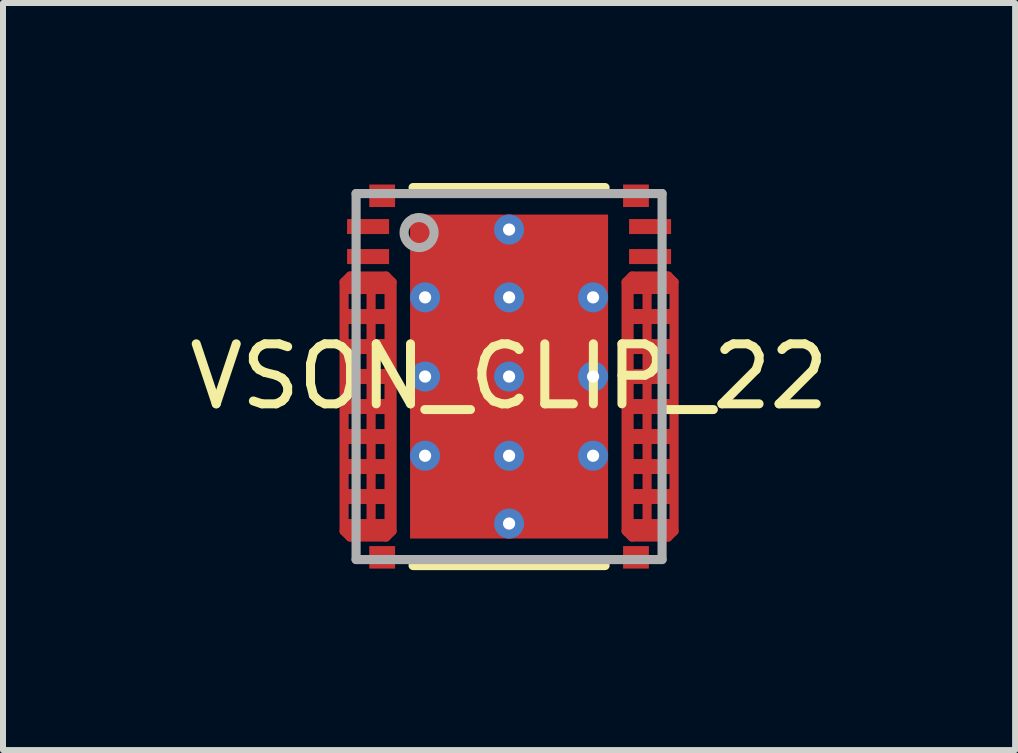
<source format=kicad_pcb>
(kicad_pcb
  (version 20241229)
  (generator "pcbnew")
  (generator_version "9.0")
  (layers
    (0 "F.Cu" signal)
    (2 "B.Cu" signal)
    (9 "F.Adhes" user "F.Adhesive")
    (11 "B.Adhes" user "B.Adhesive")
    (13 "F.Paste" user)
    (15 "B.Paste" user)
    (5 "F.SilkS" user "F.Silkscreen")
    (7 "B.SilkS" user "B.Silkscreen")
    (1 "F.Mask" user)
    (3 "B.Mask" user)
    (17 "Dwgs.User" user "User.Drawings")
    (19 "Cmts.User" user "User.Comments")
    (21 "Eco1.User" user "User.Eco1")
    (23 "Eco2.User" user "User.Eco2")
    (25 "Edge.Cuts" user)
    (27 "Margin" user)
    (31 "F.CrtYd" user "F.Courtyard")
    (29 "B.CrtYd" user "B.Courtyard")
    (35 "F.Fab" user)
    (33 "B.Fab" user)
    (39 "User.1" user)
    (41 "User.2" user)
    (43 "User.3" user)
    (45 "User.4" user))
  (footprint "VSON_CLIP_22"
    (layer "F.Cu")
    (at 5.435 3.226)
    (property "Reference" "VSON_CLIP_22" (at 0 0 0) (layer "F.SilkS") (effects (font (size 1 1) (thickness 0.15))))
    (attr through_hole)
    (fp_line (start -2.75 -1.575) (end -2.65 -1.675) (stroke (width 0.152) (type solid)) (layer "F.Cu"))
    (fp_line (start -2.75 2.575) (end -2.75 -1.575) (stroke (width 0.152) (type solid)) (layer "F.Cu"))
    (fp_line (start -2.65 -1.675) (end -2.05 -1.675) (stroke (width 0.152) (type solid)) (layer "F.Cu"))
    (fp_line (start -2.65 2.675) (end -2.75 2.575) (stroke (width 0.152) (type solid)) (layer "F.Cu"))
    (fp_line (start -2.3 -1.5) (end -2.3 2.5) (stroke (width 0.152) (type solid)) (layer "F.Cu"))
    (fp_line (start -2.3 2.5) (end -2 2.5) (stroke (width 0.152) (type solid)) (layer "F.Cu"))
    (fp_line (start -2.05 -1.675) (end -1.95 -1.575) (stroke (width 0.152) (type solid)) (layer "F.Cu"))
    (fp_line (start -2.05 2.675) (end -2.65 2.675) (stroke (width 0.152) (type solid)) (layer "F.Cu"))
    (fp_line (start -2 -1.5) (end -2.3 -1.5) (stroke (width 0.152) (type solid)) (layer "F.Cu"))
    (fp_line (start -2 2.5) (end -2 -1.5) (stroke (width 0.152) (type solid)) (layer "F.Cu"))
    (fp_line (start -1.95 -1.575) (end -1.95 2.575) (stroke (width 0.152) (type solid)) (layer "F.Cu"))
    (fp_line (start -1.95 2.575) (end -2.05 2.675) (stroke (width 0.152) (type solid)) (layer "F.Cu"))
    (fp_line (start 1.95 -1.575) (end 1.95 2.575) (stroke (width 0.152) (type solid)) (layer "F.Cu"))
    (fp_line (start 1.95 2.575) (end 2.05 2.675) (stroke (width 0.152) (type solid)) (layer "F.Cu"))
    (fp_line (start 2 -1.5) (end 2 2.5) (stroke (width 0.152) (type solid)) (layer "F.Cu"))
    (fp_line (start 2 2.5) (end 2.3 2.5) (stroke (width 0.152) (type solid)) (layer "F.Cu"))
    (fp_line (start 2.05 -1.675) (end 1.95 -1.575) (stroke (width 0.152) (type solid)) (layer "F.Cu"))
    (fp_line (start 2.05 2.675) (end 2.65 2.675) (stroke (width 0.152) (type solid)) (layer "F.Cu"))
    (fp_line (start 2.3 -1.5) (end 2 -1.5) (stroke (width 0.152) (type solid)) (layer "F.Cu"))
    (fp_line (start 2.3 2.5) (end 2.3 -1.5) (stroke (width 0.152) (type solid)) (layer "F.Cu"))
    (fp_line (start 2.65 -1.675) (end 2.05 -1.675) (stroke (width 0.152) (type solid)) (layer "F.Cu"))
    (fp_line (start 2.65 2.675) (end 2.75 2.575) (stroke (width 0.152) (type solid)) (layer "F.Cu"))
    (fp_line (start 2.75 -1.575) (end 2.65 -1.675) (stroke (width 0.152) (type solid)) (layer "F.Cu"))
    (fp_line (start 2.75 2.575) (end 2.75 -1.575) (stroke (width 0.152) (type solid)) (layer "F.Cu"))
    (fp_line (start -2.3 -1.5) (end -2.3 2.5) (stroke (width 0.152) (type solid)) (layer "F.Mask"))
    (fp_line (start -2.3 2.5) (end -2 2.5) (stroke (width 0.152) (type solid)) (layer "F.Mask"))
    (fp_line (start -2 -1.5) (end -2.3 -1.5) (stroke (width 0.152) (type solid)) (layer "F.Mask"))
    (fp_line (start -2 2.5) (end -2 -1.5) (stroke (width 0.152) (type solid)) (layer "F.Mask"))
    (fp_line (start 2 -1.5) (end 2 2.5) (stroke (width 0.152) (type solid)) (layer "F.Mask"))
    (fp_line (start 2 2.5) (end 2.3 2.5) (stroke (width 0.152) (type solid)) (layer "F.Mask"))
    (fp_line (start 2.3 -1.5) (end 2 -1.5) (stroke (width 0.152) (type solid)) (layer "F.Mask"))
    (fp_line (start 2.3 2.5) (end 2.3 -1.5) (stroke (width 0.152) (type solid)) (layer "F.Mask"))
    (fp_line (start -1.6 -3.15) (end 1.6 -3.15) (stroke (width 0.152) (type solid)) (layer "F.SilkS"))
    (fp_line (start -1.6 3.15) (end 1.6 3.15) (stroke (width 0.152) (type solid)) (layer "F.SilkS"))
    (fp_line (start -2.3 -1.5) (end -2.3 2.5) (stroke (width 0.152) (type solid)) (layer "F.Paste"))
    (fp_line (start -2.3 2.5) (end -2 2.5) (stroke (width 0.152) (type solid)) (layer "F.Paste"))
    (fp_line (start -2 -1.5) (end -2.3 -1.5) (stroke (width 0.152) (type solid)) (layer "F.Paste"))
    (fp_line (start -2 2.5) (end -2 -1.5) (stroke (width 0.152) (type solid)) (layer "F.Paste"))
    (fp_line (start -1.51 -2.49) (end -1.509 -2.499) (stroke (width 0.152) (type solid)) (layer "F.Paste"))
    (fp_line (start -1.51 -1.47) (end -1.51 -2.49) (stroke (width 0.152) (type solid)) (layer "F.Paste"))
    (fp_line (start -1.51 -1.17) (end -1.509 -1.179) (stroke (width 0.152) (type solid)) (layer "F.Paste"))
    (fp_line (start -1.51 -0.15) (end -1.51 -1.17) (stroke (width 0.152) (type solid)) (layer "F.Paste"))
    (fp_line (start -1.51 0.15) (end -1.509 0.141) (stroke (width 0.152) (type solid)) (layer "F.Paste"))
    (fp_line (start -1.51 1.17) (end -1.51 0.15) (stroke (width 0.152) (type solid)) (layer "F.Paste"))
    (fp_line (start -1.51 1.47) (end -1.509 1.461) (stroke (width 0.152) (type solid)) (layer "F.Paste"))
    (fp_line (start -1.51 2.49) (end -1.51 1.47) (stroke (width 0.152) (type solid)) (layer "F.Paste"))
    (fp_line (start -1.509 -2.499) (end -1.506 -2.509) (stroke (width 0.152) (type solid)) (layer "F.Paste"))
    (fp_line (start -1.509 -1.461) (end -1.51 -1.47) (stroke (width 0.152) (type solid)) (layer "F.Paste"))
    (fp_line (start -1.509 -1.179) (end -1.506 -1.189) (stroke (width 0.152) (type solid)) (layer "F.Paste"))
    (fp_line (start -1.509 -0.141) (end -1.51 -0.15) (stroke (width 0.152) (type solid)) (layer "F.Paste"))
    (fp_line (start -1.509 0.141) (end -1.506 0.131) (stroke (width 0.152) (type solid)) (layer "F.Paste"))
    (fp_line (start -1.509 1.179) (end -1.51 1.17) (stroke (width 0.152) (type solid)) (layer "F.Paste"))
    (fp_line (start -1.509 1.461) (end -1.506 1.451) (stroke (width 0.152) (type solid)) (layer "F.Paste"))
    (fp_line (start -1.509 2.499) (end -1.51 2.49) (stroke (width 0.152) (type solid)) (layer "F.Paste"))
    (fp_line (start -1.506 -2.509) (end -1.502 -2.518) (stroke (width 0.152) (type solid)) (layer "F.Paste"))
    (fp_line (start -1.506 -1.451) (end -1.509 -1.461) (stroke (width 0.152) (type solid)) (layer "F.Paste"))
    (fp_line (start -1.506 -1.189) (end -1.502 -1.198) (stroke (width 0.152) (type solid)) (layer "F.Paste"))
    (fp_line (start -1.506 -0.131) (end -1.509 -0.141) (stroke (width 0.152) (type solid)) (layer "F.Paste"))
    (fp_line (start -1.506 0.131) (end -1.502 0.122) (stroke (width 0.152) (type solid)) (layer "F.Paste"))
    (fp_line (start -1.506 1.189) (end -1.509 1.179) (stroke (width 0.152) (type solid)) (layer "F.Paste"))
    (fp_line (start -1.506 1.451) (end -1.502 1.442) (stroke (width 0.152) (type solid)) (layer "F.Paste"))
    (fp_line (start -1.506 2.509) (end -1.509 2.499) (stroke (width 0.152) (type solid)) (layer "F.Paste"))
    (fp_line (start -1.502 -2.518) (end -1.495 -2.525) (stroke (width 0.152) (type solid)) (layer "F.Paste"))
    (fp_line (start -1.502 -1.442) (end -1.506 -1.451) (stroke (width 0.152) (type solid)) (layer "F.Paste"))
    (fp_line (start -1.502 -1.198) (end -1.495 -1.205) (stroke (width 0.152) (type solid)) (layer "F.Paste"))
    (fp_line (start -1.502 -0.122) (end -1.506 -0.131) (stroke (width 0.152) (type solid)) (layer "F.Paste"))
    (fp_line (start -1.502 0.122) (end -1.495 0.115) (stroke (width 0.152) (type solid)) (layer "F.Paste"))
    (fp_line (start -1.502 1.198) (end -1.506 1.189) (stroke (width 0.152) (type solid)) (layer "F.Paste"))
    (fp_line (start -1.502 1.442) (end -1.495 1.435) (stroke (width 0.152) (type solid)) (layer "F.Paste"))
    (fp_line (start -1.502 2.518) (end -1.506 2.509) (stroke (width 0.152) (type solid)) (layer "F.Paste"))
    (fp_line (start -1.495 -2.525) (end -1.488 -2.532) (stroke (width 0.152) (type solid)) (layer "F.Paste"))
    (fp_line (start -1.495 -1.435) (end -1.502 -1.442) (stroke (width 0.152) (type solid)) (layer "F.Paste"))
    (fp_line (start -1.495 -1.205) (end -1.488 -1.212) (stroke (width 0.152) (type solid)) (layer "F.Paste"))
    (fp_line (start -1.495 -0.115) (end -1.502 -0.122) (stroke (width 0.152) (type solid)) (layer "F.Paste"))
    (fp_line (start -1.495 0.115) (end -1.488 0.108) (stroke (width 0.152) (type solid)) (layer "F.Paste"))
    (fp_line (start -1.495 1.205) (end -1.502 1.198) (stroke (width 0.152) (type solid)) (layer "F.Paste"))
    (fp_line (start -1.495 1.435) (end -1.488 1.428) (stroke (width 0.152) (type solid)) (layer "F.Paste"))
    (fp_line (start -1.495 2.525) (end -1.502 2.518) (stroke (width 0.152) (type solid)) (layer "F.Paste"))
    (fp_line (start -1.488 -2.532) (end -1.479 -2.536) (stroke (width 0.152) (type solid)) (layer "F.Paste"))
    (fp_line (start -1.488 -1.428) (end -1.495 -1.435) (stroke (width 0.152) (type solid)) (layer "F.Paste"))
    (fp_line (start -1.488 -1.212) (end -1.479 -1.216) (stroke (width 0.152) (type solid)) (layer "F.Paste"))
    (fp_line (start -1.488 -0.108) (end -1.495 -0.115) (stroke (width 0.152) (type solid)) (layer "F.Paste"))
    (fp_line (start -1.488 0.108) (end -1.479 0.104) (stroke (width 0.152) (type solid)) (layer "F.Paste"))
    (fp_line (start -1.488 1.212) (end -1.495 1.205) (stroke (width 0.152) (type solid)) (layer "F.Paste"))
    (fp_line (start -1.488 1.428) (end -1.479 1.424) (stroke (width 0.152) (type solid)) (layer "F.Paste"))
    (fp_line (start -1.488 2.532) (end -1.495 2.525) (stroke (width 0.152) (type solid)) (layer "F.Paste"))
    (fp_line (start -1.479 -2.536) (end -1.469 -2.539) (stroke (width 0.152) (type solid)) (layer "F.Paste"))
    (fp_line (start -1.479 -1.424) (end -1.488 -1.428) (stroke (width 0.152) (type solid)) (layer "F.Paste"))
    (fp_line (start -1.479 -1.216) (end -1.469 -1.219) (stroke (width 0.152) (type solid)) (layer "F.Paste"))
    (fp_line (start -1.479 -0.104) (end -1.488 -0.108) (stroke (width 0.152) (type solid)) (layer "F.Paste"))
    (fp_line (start -1.479 0.104) (end -1.469 0.101) (stroke (width 0.152) (type solid)) (layer "F.Paste"))
    (fp_line (start -1.479 1.216) (end -1.488 1.212) (stroke (width 0.152) (type solid)) (layer "F.Paste"))
    (fp_line (start -1.479 1.424) (end -1.469 1.421) (stroke (width 0.152) (type solid)) (layer "F.Paste"))
    (fp_line (start -1.479 2.536) (end -1.488 2.532) (stroke (width 0.152) (type solid)) (layer "F.Paste"))
    (fp_line (start -1.469 -2.539) (end -1.46 -2.54) (stroke (width 0.152) (type solid)) (layer "F.Paste"))
    (fp_line (start -1.469 -1.421) (end -1.479 -1.424) (stroke (width 0.152) (type solid)) (layer "F.Paste"))
    (fp_line (start -1.469 -1.219) (end -1.46 -1.22) (stroke (width 0.152) (type solid)) (layer "F.Paste"))
    (fp_line (start -1.469 -0.101) (end -1.479 -0.104) (stroke (width 0.152) (type solid)) (layer "F.Paste"))
    (fp_line (start -1.469 0.101) (end -1.46 0.1) (stroke (width 0.152) (type solid)) (layer "F.Paste"))
    (fp_line (start -1.469 1.219) (end -1.479 1.216) (stroke (width 0.152) (type solid)) (layer "F.Paste"))
    (fp_line (start -1.469 1.421) (end -1.46 1.42) (stroke (width 0.152) (type solid)) (layer "F.Paste"))
    (fp_line (start -1.469 2.539) (end -1.479 2.536) (stroke (width 0.152) (type solid)) (layer "F.Paste"))
    (fp_line (start -1.46 -2.54) (end -0.15 -2.54) (stroke (width 0.152) (type solid)) (layer "F.Paste"))
    (fp_line (start -1.46 -1.42) (end -1.469 -1.421) (stroke (width 0.152) (type solid)) (layer "F.Paste"))
    (fp_line (start -1.46 -1.22) (end -0.15 -1.22) (stroke (width 0.152) (type solid)) (layer "F.Paste"))
    (fp_line (start -1.46 -0.1) (end -1.469 -0.101) (stroke (width 0.152) (type solid)) (layer "F.Paste"))
    (fp_line (start -1.46 0.1) (end -0.15 0.1) (stroke (width 0.152) (type solid)) (layer "F.Paste"))
    (fp_line (start -1.46 1.22) (end -1.469 1.219) (stroke (width 0.152) (type solid)) (layer "F.Paste"))
    (fp_line (start -1.46 1.42) (end -0.15 1.42) (stroke (width 0.152) (type solid)) (layer "F.Paste"))
    (fp_line (start -1.46 2.54) (end -1.469 2.539) (stroke (width 0.152) (type solid)) (layer "F.Paste"))
    (fp_line (start -0.15 -2.54) (end -0.141 -2.539) (stroke (width 0.152) (type solid)) (layer "F.Paste"))
    (fp_line (start -0.15 -1.42) (end -1.46 -1.42) (stroke (width 0.152) (type solid)) (layer "F.Paste"))
    (fp_line (start -0.15 -1.22) (end -0.141 -1.219) (stroke (width 0.152) (type solid)) (layer "F.Paste"))
    (fp_line (start -0.15 -0.1) (end -1.46 -0.1) (stroke (width 0.152) (type solid)) (layer "F.Paste"))
    (fp_line (start -0.15 0.1) (end -0.141 0.101) (stroke (width 0.152) (type solid)) (layer "F.Paste"))
    (fp_line (start -0.15 1.22) (end -1.46 1.22) (stroke (width 0.152) (type solid)) (layer "F.Paste"))
    (fp_line (start -0.15 1.42) (end -0.141 1.421) (stroke (width 0.152) (type solid)) (layer "F.Paste"))
    (fp_line (start -0.15 2.54) (end -1.46 2.54) (stroke (width 0.152) (type solid)) (layer "F.Paste"))
    (fp_line (start -0.141 -2.539) (end -0.131 -2.536) (stroke (width 0.152) (type solid)) (layer "F.Paste"))
    (fp_line (start -0.141 -1.421) (end -0.15 -1.42) (stroke (width 0.152) (type solid)) (layer "F.Paste"))
    (fp_line (start -0.141 -1.219) (end -0.131 -1.216) (stroke (width 0.152) (type solid)) (layer "F.Paste"))
    (fp_line (start -0.141 -0.101) (end -0.15 -0.1) (stroke (width 0.152) (type solid)) (layer "F.Paste"))
    (fp_line (start -0.141 0.101) (end -0.131 0.104) (stroke (width 0.152) (type solid)) (layer "F.Paste"))
    (fp_line (start -0.141 1.219) (end -0.15 1.22) (stroke (width 0.152) (type solid)) (layer "F.Paste"))
    (fp_line (start -0.141 1.421) (end -0.131 1.424) (stroke (width 0.152) (type solid)) (layer "F.Paste"))
    (fp_line (start -0.141 2.539) (end -0.15 2.54) (stroke (width 0.152) (type solid)) (layer "F.Paste"))
    (fp_line (start -0.131 -2.536) (end -0.122 -2.532) (stroke (width 0.152) (type solid)) (layer "F.Paste"))
    (fp_line (start -0.131 -1.424) (end -0.141 -1.421) (stroke (width 0.152) (type solid)) (layer "F.Paste"))
    (fp_line (start -0.131 -1.216) (end -0.122 -1.212) (stroke (width 0.152) (type solid)) (layer "F.Paste"))
    (fp_line (start -0.131 -0.104) (end -0.141 -0.101) (stroke (width 0.152) (type solid)) (layer "F.Paste"))
    (fp_line (start -0.131 0.104) (end -0.122 0.108) (stroke (width 0.152) (type solid)) (layer "F.Paste"))
    (fp_line (start -0.131 1.216) (end -0.141 1.219) (stroke (width 0.152) (type solid)) (layer "F.Paste"))
    (fp_line (start -0.131 1.424) (end -0.122 1.428) (stroke (width 0.152) (type solid)) (layer "F.Paste"))
    (fp_line (start -0.131 2.536) (end -0.141 2.539) (stroke (width 0.152) (type solid)) (layer "F.Paste"))
    (fp_line (start -0.122 -2.532) (end -0.115 -2.525) (stroke (width 0.152) (type solid)) (layer "F.Paste"))
    (fp_line (start -0.122 -1.428) (end -0.131 -1.424) (stroke (width 0.152) (type solid)) (layer "F.Paste"))
    (fp_line (start -0.122 -1.212) (end -0.115 -1.205) (stroke (width 0.152) (type solid)) (layer "F.Paste"))
    (fp_line (start -0.122 -0.108) (end -0.131 -0.104) (stroke (width 0.152) (type solid)) (layer "F.Paste"))
    (fp_line (start -0.122 0.108) (end -0.115 0.115) (stroke (width 0.152) (type solid)) (layer "F.Paste"))
    (fp_line (start -0.122 1.212) (end -0.131 1.216) (stroke (width 0.152) (type solid)) (layer "F.Paste"))
    (fp_line (start -0.122 1.428) (end -0.115 1.435) (stroke (width 0.152) (type solid)) (layer "F.Paste"))
    (fp_line (start -0.122 2.532) (end -0.131 2.536) (stroke (width 0.152) (type solid)) (layer "F.Paste"))
    (fp_line (start -0.115 -2.525) (end -0.108 -2.518) (stroke (width 0.152) (type solid)) (layer "F.Paste"))
    (fp_line (start -0.115 -1.435) (end -0.122 -1.428) (stroke (width 0.152) (type solid)) (layer "F.Paste"))
    (fp_line (start -0.115 -1.205) (end -0.108 -1.198) (stroke (width 0.152) (type solid)) (layer "F.Paste"))
    (fp_line (start -0.115 -0.115) (end -0.122 -0.108) (stroke (width 0.152) (type solid)) (layer "F.Paste"))
    (fp_line (start -0.115 0.115) (end -0.108 0.122) (stroke (width 0.152) (type solid)) (layer "F.Paste"))
    (fp_line (start -0.115 1.205) (end -0.122 1.212) (stroke (width 0.152) (type solid)) (layer "F.Paste"))
    (fp_line (start -0.115 1.435) (end -0.108 1.442) (stroke (width 0.152) (type solid)) (layer "F.Paste"))
    (fp_line (start -0.115 2.525) (end -0.122 2.532) (stroke (width 0.152) (type solid)) (layer "F.Paste"))
    (fp_line (start -0.108 -2.518) (end -0.104 -2.509) (stroke (width 0.152) (type solid)) (layer "F.Paste"))
    (fp_line (start -0.108 -1.442) (end -0.115 -1.435) (stroke (width 0.152) (type solid)) (layer "F.Paste"))
    (fp_line (start -0.108 -1.198) (end -0.104 -1.189) (stroke (width 0.152) (type solid)) (layer "F.Paste"))
    (fp_line (start -0.108 -0.122) (end -0.115 -0.115) (stroke (width 0.152) (type solid)) (layer "F.Paste"))
    (fp_line (start -0.108 0.122) (end -0.104 0.131) (stroke (width 0.152) (type solid)) (layer "F.Paste"))
    (fp_line (start -0.108 1.198) (end -0.115 1.205) (stroke (width 0.152) (type solid)) (layer "F.Paste"))
    (fp_line (start -0.108 1.442) (end -0.104 1.451) (stroke (width 0.152) (type solid)) (layer "F.Paste"))
    (fp_line (start -0.108 2.518) (end -0.115 2.525) (stroke (width 0.152) (type solid)) (layer "F.Paste"))
    (fp_line (start -0.104 -2.509) (end -0.101 -2.499) (stroke (width 0.152) (type solid)) (layer "F.Paste"))
    (fp_line (start -0.104 -1.451) (end -0.108 -1.442) (stroke (width 0.152) (type solid)) (layer "F.Paste"))
    (fp_line (start -0.104 -1.189) (end -0.101 -1.179) (stroke (width 0.152) (type solid)) (layer "F.Paste"))
    (fp_line (start -0.104 -0.131) (end -0.108 -0.122) (stroke (width 0.152) (type solid)) (layer "F.Paste"))
    (fp_line (start -0.104 0.131) (end -0.101 0.141) (stroke (width 0.152) (type solid)) (layer "F.Paste"))
    (fp_line (start -0.104 1.189) (end -0.108 1.198) (stroke (width 0.152) (type solid)) (layer "F.Paste"))
    (fp_line (start -0.104 1.451) (end -0.101 1.461) (stroke (width 0.152) (type solid)) (layer "F.Paste"))
    (fp_line (start -0.104 2.509) (end -0.108 2.518) (stroke (width 0.152) (type solid)) (layer "F.Paste"))
    (fp_line (start -0.101 -2.499) (end -0.1 -2.49) (stroke (width 0.152) (type solid)) (layer "F.Paste"))
    (fp_line (start -0.101 -1.461) (end -0.104 -1.451) (stroke (width 0.152) (type solid)) (layer "F.Paste"))
    (fp_line (start -0.101 -1.179) (end -0.1 -1.17) (stroke (width 0.152) (type solid)) (layer "F.Paste"))
    (fp_line (start -0.101 -0.141) (end -0.104 -0.131) (stroke (width 0.152) (type solid)) (layer "F.Paste"))
    (fp_line (start -0.101 0.141) (end -0.1 0.15) (stroke (width 0.152) (type solid)) (layer "F.Paste"))
    (fp_line (start -0.101 1.179) (end -0.104 1.189) (stroke (width 0.152) (type solid)) (layer "F.Paste"))
    (fp_line (start -0.101 1.461) (end -0.1 1.47) (stroke (width 0.152) (type solid)) (layer "F.Paste"))
    (fp_line (start -0.101 2.499) (end -0.104 2.509) (stroke (width 0.152) (type solid)) (layer "F.Paste"))
    (fp_line (start -0.1 -2.49) (end -0.1 -1.47) (stroke (width 0.152) (type solid)) (layer "F.Paste"))
    (fp_line (start -0.1 -1.47) (end -0.101 -1.461) (stroke (width 0.152) (type solid)) (layer "F.Paste"))
    (fp_line (start -0.1 -1.17) (end -0.1 -0.15) (stroke (width 0.152) (type solid)) (layer "F.Paste"))
    (fp_line (start -0.1 -0.15) (end -0.101 -0.141) (stroke (width 0.152) (type solid)) (layer "F.Paste"))
    (fp_line (start -0.1 0.15) (end -0.1 1.17) (stroke (width 0.152) (type solid)) (layer "F.Paste"))
    (fp_line (start -0.1 1.17) (end -0.101 1.179) (stroke (width 0.152) (type solid)) (layer "F.Paste"))
    (fp_line (start -0.1 1.47) (end -0.1 2.49) (stroke (width 0.152) (type solid)) (layer "F.Paste"))
    (fp_line (start -0.1 2.49) (end -0.101 2.499) (stroke (width 0.152) (type solid)) (layer "F.Paste"))
    (fp_line (start 0.1 -2.49) (end 0.101 -2.499) (stroke (width 0.152) (type solid)) (layer "F.Paste"))
    (fp_line (start 0.1 -1.47) (end 0.1 -2.49) (stroke (width 0.152) (type solid)) (layer "F.Paste"))
    (fp_line (start 0.1 -1.17) (end 0.101 -1.179) (stroke (width 0.152) (type solid)) (layer "F.Paste"))
    (fp_line (start 0.1 -0.15) (end 0.1 -1.17) (stroke (width 0.152) (type solid)) (layer "F.Paste"))
    (fp_line (start 0.1 0.15) (end 0.101 0.141) (stroke (width 0.152) (type solid)) (layer "F.Paste"))
    (fp_line (start 0.1 1.17) (end 0.1 0.15) (stroke (width 0.152) (type solid)) (layer "F.Paste"))
    (fp_line (start 0.1 1.47) (end 0.101 1.461) (stroke (width 0.152) (type solid)) (layer "F.Paste"))
    (fp_line (start 0.1 2.49) (end 0.1 1.47) (stroke (width 0.152) (type solid)) (layer "F.Paste"))
    (fp_line (start 0.101 -2.499) (end 0.104 -2.509) (stroke (width 0.152) (type solid)) (layer "F.Paste"))
    (fp_line (start 0.101 -1.461) (end 0.1 -1.47) (stroke (width 0.152) (type solid)) (layer "F.Paste"))
    (fp_line (start 0.101 -1.179) (end 0.104 -1.189) (stroke (width 0.152) (type solid)) (layer "F.Paste"))
    (fp_line (start 0.101 -0.141) (end 0.1 -0.15) (stroke (width 0.152) (type solid)) (layer "F.Paste"))
    (fp_line (start 0.101 0.141) (end 0.104 0.131) (stroke (width 0.152) (type solid)) (layer "F.Paste"))
    (fp_line (start 0.101 1.179) (end 0.1 1.17) (stroke (width 0.152) (type solid)) (layer "F.Paste"))
    (fp_line (start 0.101 1.461) (end 0.104 1.451) (stroke (width 0.152) (type solid)) (layer "F.Paste"))
    (fp_line (start 0.101 2.499) (end 0.1 2.49) (stroke (width 0.152) (type solid)) (layer "F.Paste"))
    (fp_line (start 0.104 -2.509) (end 0.108 -2.518) (stroke (width 0.152) (type solid)) (layer "F.Paste"))
    (fp_line (start 0.104 -1.451) (end 0.101 -1.461) (stroke (width 0.152) (type solid)) (layer "F.Paste"))
    (fp_line (start 0.104 -1.189) (end 0.108 -1.198) (stroke (width 0.152) (type solid)) (layer "F.Paste"))
    (fp_line (start 0.104 -0.131) (end 0.101 -0.141) (stroke (width 0.152) (type solid)) (layer "F.Paste"))
    (fp_line (start 0.104 0.131) (end 0.108 0.122) (stroke (width 0.152) (type solid)) (layer "F.Paste"))
    (fp_line (start 0.104 1.189) (end 0.101 1.179) (stroke (width 0.152) (type solid)) (layer "F.Paste"))
    (fp_line (start 0.104 1.451) (end 0.108 1.442) (stroke (width 0.152) (type solid)) (layer "F.Paste"))
    (fp_line (start 0.104 2.509) (end 0.101 2.499) (stroke (width 0.152) (type solid)) (layer "F.Paste"))
    (fp_line (start 0.108 -2.518) (end 0.115 -2.525) (stroke (width 0.152) (type solid)) (layer "F.Paste"))
    (fp_line (start 0.108 -1.442) (end 0.104 -1.451) (stroke (width 0.152) (type solid)) (layer "F.Paste"))
    (fp_line (start 0.108 -1.198) (end 0.115 -1.205) (stroke (width 0.152) (type solid)) (layer "F.Paste"))
    (fp_line (start 0.108 -0.122) (end 0.104 -0.131) (stroke (width 0.152) (type solid)) (layer "F.Paste"))
    (fp_line (start 0.108 0.122) (end 0.115 0.115) (stroke (width 0.152) (type solid)) (layer "F.Paste"))
    (fp_line (start 0.108 1.198) (end 0.104 1.189) (stroke (width 0.152) (type solid)) (layer "F.Paste"))
    (fp_line (start 0.108 1.442) (end 0.115 1.435) (stroke (width 0.152) (type solid)) (layer "F.Paste"))
    (fp_line (start 0.108 2.518) (end 0.104 2.509) (stroke (width 0.152) (type solid)) (layer "F.Paste"))
    (fp_line (start 0.115 -2.525) (end 0.122 -2.532) (stroke (width 0.152) (type solid)) (layer "F.Paste"))
    (fp_line (start 0.115 -1.435) (end 0.108 -1.442) (stroke (width 0.152) (type solid)) (layer "F.Paste"))
    (fp_line (start 0.115 -1.205) (end 0.122 -1.212) (stroke (width 0.152) (type solid)) (layer "F.Paste"))
    (fp_line (start 0.115 -0.115) (end 0.108 -0.122) (stroke (width 0.152) (type solid)) (layer "F.Paste"))
    (fp_line (start 0.115 0.115) (end 0.122 0.108) (stroke (width 0.152) (type solid)) (layer "F.Paste"))
    (fp_line (start 0.115 1.205) (end 0.108 1.198) (stroke (width 0.152) (type solid)) (layer "F.Paste"))
    (fp_line (start 0.115 1.435) (end 0.122 1.428) (stroke (width 0.152) (type solid)) (layer "F.Paste"))
    (fp_line (start 0.115 2.525) (end 0.108 2.518) (stroke (width 0.152) (type solid)) (layer "F.Paste"))
    (fp_line (start 0.122 -2.532) (end 0.131 -2.536) (stroke (width 0.152) (type solid)) (layer "F.Paste"))
    (fp_line (start 0.122 -1.428) (end 0.115 -1.435) (stroke (width 0.152) (type solid)) (layer "F.Paste"))
    (fp_line (start 0.122 -1.212) (end 0.131 -1.216) (stroke (width 0.152) (type solid)) (layer "F.Paste"))
    (fp_line (start 0.122 -0.108) (end 0.115 -0.115) (stroke (width 0.152) (type solid)) (layer "F.Paste"))
    (fp_line (start 0.122 0.108) (end 0.131 0.104) (stroke (width 0.152) (type solid)) (layer "F.Paste"))
    (fp_line (start 0.122 1.212) (end 0.115 1.205) (stroke (width 0.152) (type solid)) (layer "F.Paste"))
    (fp_line (start 0.122 1.428) (end 0.131 1.424) (stroke (width 0.152) (type solid)) (layer "F.Paste"))
    (fp_line (start 0.122 2.532) (end 0.115 2.525) (stroke (width 0.152) (type solid)) (layer "F.Paste"))
    (fp_line (start 0.131 -2.536) (end 0.141 -2.539) (stroke (width 0.152) (type solid)) (layer "F.Paste"))
    (fp_line (start 0.131 -1.424) (end 0.122 -1.428) (stroke (width 0.152) (type solid)) (layer "F.Paste"))
    (fp_line (start 0.131 -1.216) (end 0.141 -1.219) (stroke (width 0.152) (type solid)) (layer "F.Paste"))
    (fp_line (start 0.131 -0.104) (end 0.122 -0.108) (stroke (width 0.152) (type solid)) (layer "F.Paste"))
    (fp_line (start 0.131 0.104) (end 0.141 0.101) (stroke (width 0.152) (type solid)) (layer "F.Paste"))
    (fp_line (start 0.131 1.216) (end 0.122 1.212) (stroke (width 0.152) (type solid)) (layer "F.Paste"))
    (fp_line (start 0.131 1.424) (end 0.141 1.421) (stroke (width 0.152) (type solid)) (layer "F.Paste"))
    (fp_line (start 0.131 2.536) (end 0.122 2.532) (stroke (width 0.152) (type solid)) (layer "F.Paste"))
    (fp_line (start 0.141 -2.539) (end 0.15 -2.54) (stroke (width 0.152) (type solid)) (layer "F.Paste"))
    (fp_line (start 0.141 -1.421) (end 0.131 -1.424) (stroke (width 0.152) (type solid)) (layer "F.Paste"))
    (fp_line (start 0.141 -1.219) (end 0.15 -1.22) (stroke (width 0.152) (type solid)) (layer "F.Paste"))
    (fp_line (start 0.141 -0.101) (end 0.131 -0.104) (stroke (width 0.152) (type solid)) (layer "F.Paste"))
    (fp_line (start 0.141 0.101) (end 0.15 0.1) (stroke (width 0.152) (type solid)) (layer "F.Paste"))
    (fp_line (start 0.141 1.219) (end 0.131 1.216) (stroke (width 0.152) (type solid)) (layer "F.Paste"))
    (fp_line (start 0.141 1.421) (end 0.15 1.42) (stroke (width 0.152) (type solid)) (layer "F.Paste"))
    (fp_line (start 0.141 2.539) (end 0.131 2.536) (stroke (width 0.152) (type solid)) (layer "F.Paste"))
    (fp_line (start 0.15 -2.54) (end 1.46 -2.54) (stroke (width 0.152) (type solid)) (layer "F.Paste"))
    (fp_line (start 0.15 -1.42) (end 0.141 -1.421) (stroke (width 0.152) (type solid)) (layer "F.Paste"))
    (fp_line (start 0.15 -1.22) (end 1.46 -1.22) (stroke (width 0.152) (type solid)) (layer "F.Paste"))
    (fp_line (start 0.15 -0.1) (end 0.141 -0.101) (stroke (width 0.152) (type solid)) (layer "F.Paste"))
    (fp_line (start 0.15 0.1) (end 1.46 0.1) (stroke (width 0.152) (type solid)) (layer "F.Paste"))
    (fp_line (start 0.15 1.22) (end 0.141 1.219) (stroke (width 0.152) (type solid)) (layer "F.Paste"))
    (fp_line (start 0.15 1.42) (end 1.46 1.42) (stroke (width 0.152) (type solid)) (layer "F.Paste"))
    (fp_line (start 0.15 2.54) (end 0.141 2.539) (stroke (width 0.152) (type solid)) (layer "F.Paste"))
    (fp_line (start 1.46 -2.54) (end 1.469 -2.539) (stroke (width 0.152) (type solid)) (layer "F.Paste"))
    (fp_line (start 1.46 -1.42) (end 0.15 -1.42) (stroke (width 0.152) (type solid)) (layer "F.Paste"))
    (fp_line (start 1.46 -1.22) (end 1.469 -1.219) (stroke (width 0.152) (type solid)) (layer "F.Paste"))
    (fp_line (start 1.46 -0.1) (end 0.15 -0.1) (stroke (width 0.152) (type solid)) (layer "F.Paste"))
    (fp_line (start 1.46 0.1) (end 1.469 0.101) (stroke (width 0.152) (type solid)) (layer "F.Paste"))
    (fp_line (start 1.46 1.22) (end 0.15 1.22) (stroke (width 0.152) (type solid)) (layer "F.Paste"))
    (fp_line (start 1.46 1.42) (end 1.469 1.421) (stroke (width 0.152) (type solid)) (layer "F.Paste"))
    (fp_line (start 1.46 2.54) (end 0.15 2.54) (stroke (width 0.152) (type solid)) (layer "F.Paste"))
    (fp_line (start 1.469 -2.539) (end 1.479 -2.536) (stroke (width 0.152) (type solid)) (layer "F.Paste"))
    (fp_line (start 1.469 -1.421) (end 1.46 -1.42) (stroke (width 0.152) (type solid)) (layer "F.Paste"))
    (fp_line (start 1.469 -1.219) (end 1.479 -1.216) (stroke (width 0.152) (type solid)) (layer "F.Paste"))
    (fp_line (start 1.469 -0.101) (end 1.46 -0.1) (stroke (width 0.152) (type solid)) (layer "F.Paste"))
    (fp_line (start 1.469 0.101) (end 1.479 0.104) (stroke (width 0.152) (type solid)) (layer "F.Paste"))
    (fp_line (start 1.469 1.219) (end 1.46 1.22) (stroke (width 0.152) (type solid)) (layer "F.Paste"))
    (fp_line (start 1.469 1.421) (end 1.479 1.424) (stroke (width 0.152) (type solid)) (layer "F.Paste"))
    (fp_line (start 1.469 2.539) (end 1.46 2.54) (stroke (width 0.152) (type solid)) (layer "F.Paste"))
    (fp_line (start 1.479 -2.536) (end 1.488 -2.532) (stroke (width 0.152) (type solid)) (layer "F.Paste"))
    (fp_line (start 1.479 -1.424) (end 1.469 -1.421) (stroke (width 0.152) (type solid)) (layer "F.Paste"))
    (fp_line (start 1.479 -1.216) (end 1.488 -1.212) (stroke (width 0.152) (type solid)) (layer "F.Paste"))
    (fp_line (start 1.479 -0.104) (end 1.469 -0.101) (stroke (width 0.152) (type solid)) (layer "F.Paste"))
    (fp_line (start 1.479 0.104) (end 1.488 0.108) (stroke (width 0.152) (type solid)) (layer "F.Paste"))
    (fp_line (start 1.479 1.216) (end 1.469 1.219) (stroke (width 0.152) (type solid)) (layer "F.Paste"))
    (fp_line (start 1.479 1.424) (end 1.488 1.428) (stroke (width 0.152) (type solid)) (layer "F.Paste"))
    (fp_line (start 1.479 2.536) (end 1.469 2.539) (stroke (width 0.152) (type solid)) (layer "F.Paste"))
    (fp_line (start 1.488 -2.532) (end 1.495 -2.525) (stroke (width 0.152) (type solid)) (layer "F.Paste"))
    (fp_line (start 1.488 -1.428) (end 1.479 -1.424) (stroke (width 0.152) (type solid)) (layer "F.Paste"))
    (fp_line (start 1.488 -1.212) (end 1.495 -1.205) (stroke (width 0.152) (type solid)) (layer "F.Paste"))
    (fp_line (start 1.488 -0.108) (end 1.479 -0.104) (stroke (width 0.152) (type solid)) (layer "F.Paste"))
    (fp_line (start 1.488 0.108) (end 1.495 0.115) (stroke (width 0.152) (type solid)) (layer "F.Paste"))
    (fp_line (start 1.488 1.212) (end 1.479 1.216) (stroke (width 0.152) (type solid)) (layer "F.Paste"))
    (fp_line (start 1.488 1.428) (end 1.495 1.435) (stroke (width 0.152) (type solid)) (layer "F.Paste"))
    (fp_line (start 1.488 2.532) (end 1.479 2.536) (stroke (width 0.152) (type solid)) (layer "F.Paste"))
    (fp_line (start 1.495 -2.525) (end 1.502 -2.518) (stroke (width 0.152) (type solid)) (layer "F.Paste"))
    (fp_line (start 1.495 -1.435) (end 1.488 -1.428) (stroke (width 0.152) (type solid)) (layer "F.Paste"))
    (fp_line (start 1.495 -1.205) (end 1.502 -1.198) (stroke (width 0.152) (type solid)) (layer "F.Paste"))
    (fp_line (start 1.495 -0.115) (end 1.488 -0.108) (stroke (width 0.152) (type solid)) (layer "F.Paste"))
    (fp_line (start 1.495 0.115) (end 1.502 0.122) (stroke (width 0.152) (type solid)) (layer "F.Paste"))
    (fp_line (start 1.495 1.205) (end 1.488 1.212) (stroke (width 0.152) (type solid)) (layer "F.Paste"))
    (fp_line (start 1.495 1.435) (end 1.502 1.442) (stroke (width 0.152) (type solid)) (layer "F.Paste"))
    (fp_line (start 1.495 2.525) (end 1.488 2.532) (stroke (width 0.152) (type solid)) (layer "F.Paste"))
    (fp_line (start 1.502 -2.518) (end 1.506 -2.509) (stroke (width 0.152) (type solid)) (layer "F.Paste"))
    (fp_line (start 1.502 -1.442) (end 1.495 -1.435) (stroke (width 0.152) (type solid)) (layer "F.Paste"))
    (fp_line (start 1.502 -1.198) (end 1.506 -1.189) (stroke (width 0.152) (type solid)) (layer "F.Paste"))
    (fp_line (start 1.502 -0.122) (end 1.495 -0.115) (stroke (width 0.152) (type solid)) (layer "F.Paste"))
    (fp_line (start 1.502 0.122) (end 1.506 0.131) (stroke (width 0.152) (type solid)) (layer "F.Paste"))
    (fp_line (start 1.502 1.198) (end 1.495 1.205) (stroke (width 0.152) (type solid)) (layer "F.Paste"))
    (fp_line (start 1.502 1.442) (end 1.506 1.451) (stroke (width 0.152) (type solid)) (layer "F.Paste"))
    (fp_line (start 1.502 2.518) (end 1.495 2.525) (stroke (width 0.152) (type solid)) (layer "F.Paste"))
    (fp_line (start 1.506 -2.509) (end 1.509 -2.499) (stroke (width 0.152) (type solid)) (layer "F.Paste"))
    (fp_line (start 1.506 -1.451) (end 1.502 -1.442) (stroke (width 0.152) (type solid)) (layer "F.Paste"))
    (fp_line (start 1.506 -1.189) (end 1.509 -1.179) (stroke (width 0.152) (type solid)) (layer "F.Paste"))
    (fp_line (start 1.506 -0.131) (end 1.502 -0.122) (stroke (width 0.152) (type solid)) (layer "F.Paste"))
    (fp_line (start 1.506 0.131) (end 1.509 0.141) (stroke (width 0.152) (type solid)) (layer "F.Paste"))
    (fp_line (start 1.506 1.189) (end 1.502 1.198) (stroke (width 0.152) (type solid)) (layer "F.Paste"))
    (fp_line (start 1.506 1.451) (end 1.509 1.461) (stroke (width 0.152) (type solid)) (layer "F.Paste"))
    (fp_line (start 1.506 2.509) (end 1.502 2.518) (stroke (width 0.152) (type solid)) (layer "F.Paste"))
    (fp_line (start 1.509 -2.499) (end 1.51 -2.49) (stroke (width 0.152) (type solid)) (layer "F.Paste"))
    (fp_line (start 1.509 -1.461) (end 1.506 -1.451) (stroke (width 0.152) (type solid)) (layer "F.Paste"))
    (fp_line (start 1.509 -1.179) (end 1.51 -1.17) (stroke (width 0.152) (type solid)) (layer "F.Paste"))
    (fp_line (start 1.509 -0.141) (end 1.506 -0.131) (stroke (width 0.152) (type solid)) (layer "F.Paste"))
    (fp_line (start 1.509 0.141) (end 1.51 0.15) (stroke (width 0.152) (type solid)) (layer "F.Paste"))
    (fp_line (start 1.509 1.179) (end 1.506 1.189) (stroke (width 0.152) (type solid)) (layer "F.Paste"))
    (fp_line (start 1.509 1.461) (end 1.51 1.47) (stroke (width 0.152) (type solid)) (layer "F.Paste"))
    (fp_line (start 1.509 2.499) (end 1.506 2.509) (stroke (width 0.152) (type solid)) (layer "F.Paste"))
    (fp_line (start 1.51 -2.49) (end 1.51 -1.47) (stroke (width 0.152) (type solid)) (layer "F.Paste"))
    (fp_line (start 1.51 -1.47) (end 1.509 -1.461) (stroke (width 0.152) (type solid)) (layer "F.Paste"))
    (fp_line (start 1.51 -1.17) (end 1.51 -0.15) (stroke (width 0.152) (type solid)) (layer "F.Paste"))
    (fp_line (start 1.51 -0.15) (end 1.509 -0.141) (stroke (width 0.152) (type solid)) (layer "F.Paste"))
    (fp_line (start 1.51 0.15) (end 1.51 1.17) (stroke (width 0.152) (type solid)) (layer "F.Paste"))
    (fp_line (start 1.51 1.17) (end 1.509 1.179) (stroke (width 0.152) (type solid)) (layer "F.Paste"))
    (fp_line (start 1.51 1.47) (end 1.51 2.49) (stroke (width 0.152) (type solid)) (layer "F.Paste"))
    (fp_line (start 1.51 2.49) (end 1.509 2.499) (stroke (width 0.152) (type solid)) (layer "F.Paste"))
    (fp_line (start 2 -1.5) (end 2 2.5) (stroke (width 0.152) (type solid)) (layer "F.Paste"))
    (fp_line (start 2 2.5) (end 2.3 2.5) (stroke (width 0.152) (type solid)) (layer "F.Paste"))
    (fp_line (start 2.3 -1.5) (end 2 -1.5) (stroke (width 0.152) (type solid)) (layer "F.Paste"))
    (fp_line (start 2.3 2.5) (end 2.3 -1.5) (stroke (width 0.152) (type solid)) (layer "F.Paste"))
    (fp_line (start -2.55 -3.05) (end 2.55 -3.05) (stroke (width 0.152) (type solid)) (layer "F.Fab"))
    (fp_line (start -2.55 3.05) (end -2.55 -3.05) (stroke (width 0.152) (type solid)) (layer "F.Fab"))
    (fp_line (start -2.55 3.05) (end 2.55 3.05) (stroke (width 0.152) (type solid)) (layer "F.Fab"))
    (fp_line (start 2.55 3.05) (end 2.55 -3.05) (stroke (width 0.152) (type solid)) (layer "F.Fab"))
    (fp_circle (center -1.5 -2.4) (end -1.25 -2.4) (stroke (width 0.152) (type solid)) (fill no) (layer "F.Fab"))
    (pad "1" smd rect (at -2.35 -2.5) (size 0.7 0.25) (layers "F.Cu" "F.Mask" "F.Paste"))
    (pad "2" smd rect (at -2.35 -2) (size 0.7 0.25) (layers "F.Cu" "F.Mask" "F.Paste"))
    (pad "3" smd rect (at -2.35 -1.5) (size 0.7 0.25) (layers "F.Cu" "F.Mask" "F.Paste"))
    (pad "4" smd rect (at -2.35 -1) (size 0.7 0.25) (layers "F.Cu" "F.Mask" "F.Paste"))
    (pad "5" smd rect (at -2.35 -0.5) (size 0.7 0.25) (layers "F.Cu" "F.Mask" "F.Paste"))
    (pad "6" smd rect (at -2.35 0) (size 0.7 0.25) (layers "F.Cu" "F.Mask" "F.Paste"))
    (pad "7" smd rect (at -2.35 0.5) (size 0.7 0.25) (layers "F.Cu" "F.Mask" "F.Paste"))
    (pad "8" smd rect (at -2.35 1) (size 0.7 0.25) (layers "F.Cu" "F.Mask" "F.Paste"))
    (pad "9" smd rect (at -2.35 1.5) (size 0.7 0.25) (layers "F.Cu" "F.Mask" "F.Paste"))
    (pad "10" smd rect (at -2.35 2) (size 0.7 0.25) (layers "F.Cu" "F.Mask" "F.Paste"))
    (pad "11" smd rect (at -2.35 2.5) (size 0.7 0.25) (layers "F.Cu" "F.Mask" "F.Paste"))
    (pad "12" smd rect (at 2.35 2.5) (size 0.7 0.25) (layers "F.Cu" "F.Mask" "F.Paste"))
    (pad "13" smd rect (at 2.35 2) (size 0.7 0.25) (layers "F.Cu" "F.Mask" "F.Paste"))
    (pad "14" smd rect (at 2.35 1.5) (size 0.7 0.25) (layers "F.Cu" "F.Mask" "F.Paste"))
    (pad "15" smd rect (at 2.35 1) (size 0.7 0.25) (layers "F.Cu" "F.Mask" "F.Paste"))
    (pad "16" smd rect (at 2.35 0.5) (size 0.7 0.25) (layers "F.Cu" "F.Mask" "F.Paste"))
    (pad "17" smd rect (at 2.35 0) (size 0.7 0.25) (layers "F.Cu" "F.Mask" "F.Paste"))
    (pad "18" smd rect (at 2.35 -0.5) (size 0.7 0.25) (layers "F.Cu" "F.Mask" "F.Paste"))
    (pad "19" smd rect (at 2.35 -1) (size 0.7 0.25) (layers "F.Cu" "F.Mask" "F.Paste"))
    (pad "20" smd rect (at 2.35 -1.5) (size 0.7 0.25) (layers "F.Cu" "F.Mask" "F.Paste"))
    (pad "21" smd rect (at 2.35 -2) (size 0.7 0.25) (layers "F.Cu" "F.Mask" "F.Paste"))
    (pad "22" smd rect (at 2.35 -2.5) (size 0.7 0.25) (layers "F.Cu" "F.Mask" "F.Paste"))
    (pad "23" smd rect (at -2.115 -3.013) (size 0.43 0.375) (layers "F.Cu" "F.Mask" "F.Paste"))
    (pad "24" smd rect (at -2.115 3.013) (size 0.43 0.375) (layers "F.Cu" "F.Mask" "F.Paste"))
    (pad "25" smd rect (at 2.115 3.013) (size 0.43 0.375) (layers "F.Cu" "F.Mask" "F.Paste"))
    (pad "26" smd rect (at 2.115 -3.013) (size 0.43 0.375) (layers "F.Cu" "F.Mask" "F.Paste"))
    (pad "27" smd rect (at 0 0) (size 3.3 5.4) (layers "F.Cu" "F.Mask" "F.Paste"))
    (pad "V" thru_hole circle (at -1.4 -1.32) (size 0.5 0.5) (drill 0.203) (layers "*.Cu" "*.Mask"))
    (pad "V" thru_hole circle (at -1.4 0) (size 0.5 0.5) (drill 0.203) (layers "*.Cu" "*.Mask"))
    (pad "V" thru_hole circle (at -1.4 1.32) (size 0.5 0.5) (drill 0.203) (layers "*.Cu" "*.Mask"))
    (pad "V" thru_hole circle (at 0 -2.45) (size 0.5 0.5) (drill 0.203) (layers "*.Cu" "*.Mask"))
    (pad "V" thru_hole circle (at 0 -1.32) (size 0.5 0.5) (drill 0.203) (layers "*.Cu" "*.Mask"))
    (pad "V" thru_hole circle (at 0 0) (size 0.5 0.5) (drill 0.203) (layers "*.Cu" "*.Mask"))
    (pad "V" thru_hole circle (at 0 1.32) (size 0.5 0.5) (drill 0.203) (layers "*.Cu" "*.Mask"))
    (pad "V" thru_hole circle (at 0 2.45) (size 0.5 0.5) (drill 0.203) (layers "*.Cu" "*.Mask"))
    (pad "V" thru_hole circle (at 1.4 -1.32) (size 0.5 0.5) (drill 0.203) (layers "*.Cu" "*.Mask"))
    (pad "V" thru_hole circle (at 1.4 0) (size 0.5 0.5) (drill 0.203) (layers "*.Cu" "*.Mask"))
    (pad "V" thru_hole circle (at 1.4 1.32) (size 0.5 0.5) (drill 0.203) (layers "*.Cu" "*.Mask")))
  (gr_rect
    (start -3 -3)
    (end 13.869 9.452)
    (stroke (width 0.1) (type default))
    (fill no)
    (layer "Edge.Cuts")))
</source>
